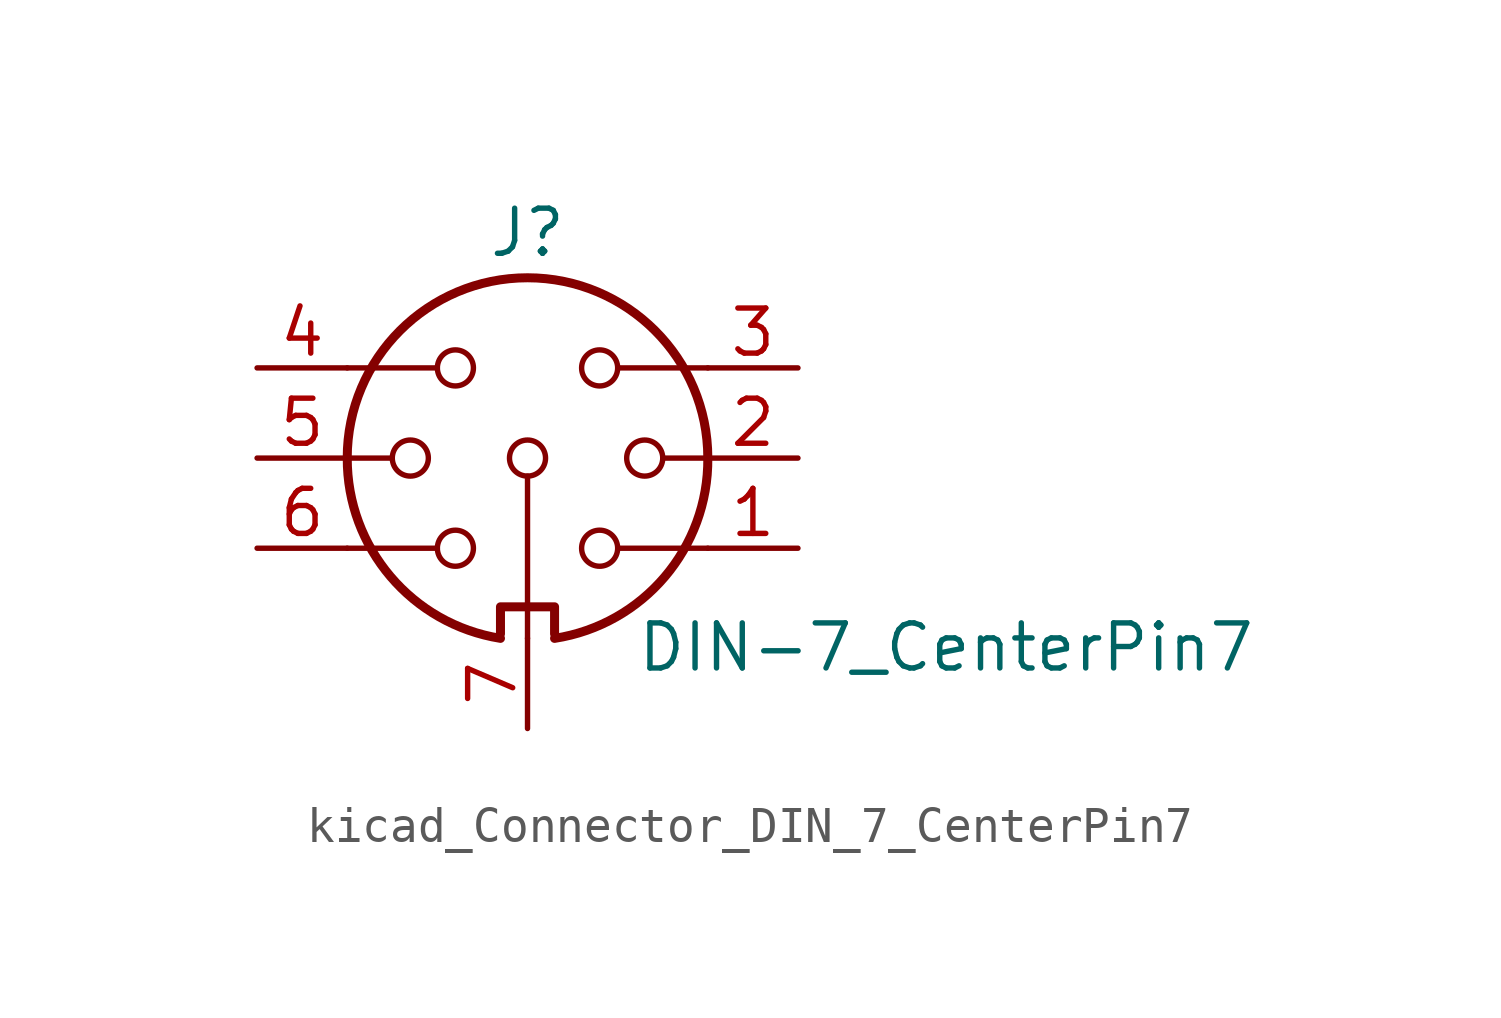
<source format=kicad_sym>
(kicad_symbol_lib
  (version 20220914)
  (generator kicad_symbol_editor)
  (symbol "kicad_Connector_DIN_7_CenterPin7"
    (pin_names
      (offset 1.016))
    (property "Reference" "J"
      (at 0 6.35 0)
      (effects (font (size 1.27 1.27))))
    (property "Value" "DIN-7_CenterPin7"
      (at 3.048 -5.334 0)
      (effects (font (size 1.27 1.27)) (justify left)))
    (symbol "kicad_Connector_DIN_7_CenterPin7_0_1"
      (arc (start -5.08 0) (mid -3.8609 -3.3364) (end -0.762 -5.08) (stroke (width 0.254) (type default)) (fill (type none)))
      (circle (center -3.302 0) (radius 0.508) (stroke (width 0) (type default)) (fill (type none)))
      (circle (center -2.032 -2.54) (radius 0.508) (stroke (width 0) (type default)) (fill (type none)))
      (circle (center -2.032 2.54) (radius 0.508) (stroke (width 0) (type default)) (fill (type none)))
      (polyline (pts (xy -5.08 0) (xy -3.81 0)) (stroke (width 0) (type default)) (fill (type none)))
      (polyline (pts (xy 0 -0.508) (xy 0 -5.08)) (stroke (width 0) (type default)) (fill (type none)))
      (polyline (pts (xy 5.08 0) (xy 3.81 0)) (stroke (width 0) (type default)) (fill (type none)))
      (polyline (pts (xy -5.08 -2.54) (xy -4.318 -2.54) (xy -2.54 -2.54)) (stroke (width 0) (type default)) (fill (type none)))
      (polyline (pts (xy -5.08 2.54) (xy -4.318 2.54) (xy -2.54 2.54)) (stroke (width 0) (type default)) (fill (type none)))
      (polyline (pts (xy 5.08 -2.54) (xy 4.318 -2.54) (xy 2.54 -2.54)) (stroke (width 0) (type default)) (fill (type none)))
      (polyline (pts (xy 5.08 2.54) (xy 4.318 2.54) (xy 2.54 2.54)) (stroke (width 0) (type default)) (fill (type none)))
      (polyline (pts (xy -0.762 -4.953) (xy -0.762 -4.191) (xy 0.762 -4.191) (xy 0.762 -4.953)) (stroke (width 0.254) (type default)) (fill (type none)))
      (circle (center 0 0) (radius 0.508) (stroke (width 0) (type default)) (fill (type none)))
      (arc (start 0.762 -5.08) (mid 3.8685 -3.343) (end 5.08 0) (stroke (width 0.254) (type default)) (fill (type none)))
      (circle (center 2.032 -2.54) (radius 0.508) (stroke (width 0) (type default)) (fill (type none)))
      (circle (center 2.032 2.54) (radius 0.508) (stroke (width 0) (type default)) (fill (type none)))
      (circle (center 3.302 0) (radius 0.508) (stroke (width 0) (type default)) (fill (type none)))
      (arc (start 5.08 0) (mid 0 5.0579) (end -5.08 0) (stroke (width 0.254) (type default)) (fill (type none))))
    (symbol "kicad_Connector_DIN_7_CenterPin7_1_1"
      (pin passive line (at 7.62 -2.54 180) (length 2.54) (name "~" (effects (font (size 1.27 1.27)))) (number "1" (effects (font (size 1.27 1.27)))))
      (pin passive line (at 7.62 0 180) (length 2.54) (name "~" (effects (font (size 1.27 1.27)))) (number "2" (effects (font (size 1.27 1.27)))))
      (pin passive line (at 7.62 2.54 180) (length 2.54) (name "~" (effects (font (size 1.27 1.27)))) (number "3" (effects (font (size 1.27 1.27)))))
      (pin passive line (at -7.62 2.54 0) (length 2.54) (name "~" (effects (font (size 1.27 1.27)))) (number "4" (effects (font (size 1.27 1.27)))))
      (pin passive line (at -7.62 0 0) (length 2.54) (name "~" (effects (font (size 1.27 1.27)))) (number "5" (effects (font (size 1.27 1.27)))))
      (pin passive line (at -7.62 -2.54 0) (length 2.54) (name "~" (effects (font (size 1.27 1.27)))) (number "6" (effects (font (size 1.27 1.27)))))
      (pin passive line (at 0 -7.62 90) (length 2.54) (name "~" (effects (font (size 1.27 1.27)))) (number "7" (effects (font (size 1.27 1.27))))))))
</source>
